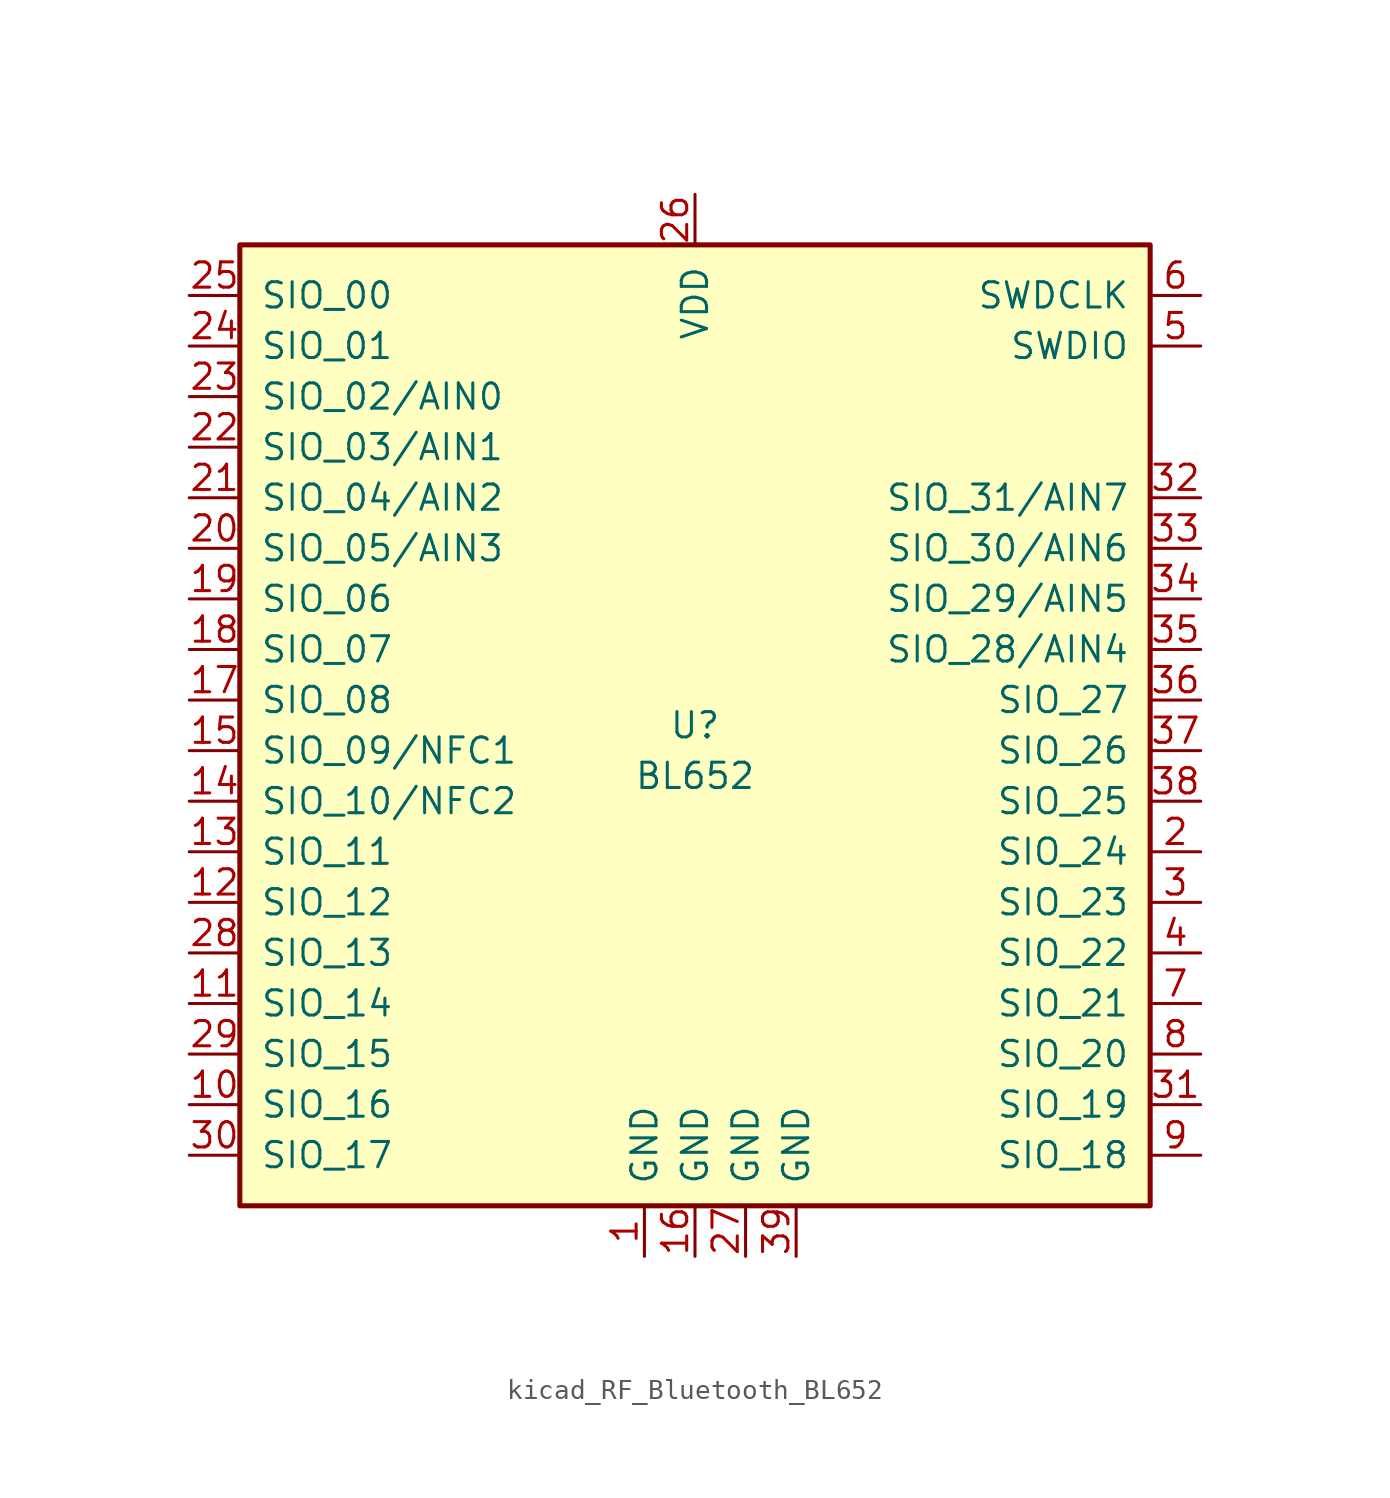
<source format=kicad_sym>
(kicad_symbol_lib
  (version 20220914)
  (generator kicad_symbol_editor)
  (symbol "kicad_RF_Bluetooth_BL652"
    (pin_names
      (offset 1.016))
    (property "Reference" "U"
      (at 0 1.27 0)
      (effects (font (size 1.27 1.27))))
    (property "Value" "BL652"
      (at 0 -1.27 0)
      (effects (font (size 1.27 1.27))))
    (symbol "kicad_RF_Bluetooth_BL652_0_1"
      (rectangle (start 22.86 25.4) (end -22.86 -22.86) (stroke (width 0.254) (type default)) (fill (type background))))
    (symbol "kicad_RF_Bluetooth_BL652_1_1"
      (pin power_in line (at -2.54 -25.4 90) (length 2.54) (name "GND" (effects (font (size 1.27 1.27)))) (number "1" (effects (font (size 1.27 1.27)))))
      (pin bidirectional line (at -25.4 -17.78 0) (length 2.54) (name "SIO_16" (effects (font (size 1.27 1.27)))) (number "10" (effects (font (size 1.27 1.27)))))
      (pin bidirectional line (at -25.4 -12.7 0) (length 2.54) (name "SIO_14" (effects (font (size 1.27 1.27)))) (number "11" (effects (font (size 1.27 1.27)))))
      (pin bidirectional line (at -25.4 -7.62 0) (length 2.54) (name "SIO_12" (effects (font (size 1.27 1.27)))) (number "12" (effects (font (size 1.27 1.27)))))
      (pin bidirectional line (at -25.4 -5.08 0) (length 2.54) (name "SIO_11" (effects (font (size 1.27 1.27)))) (number "13" (effects (font (size 1.27 1.27)))))
      (pin bidirectional line (at -25.4 -2.54 0) (length 2.54) (name "SIO_10/NFC2" (effects (font (size 1.27 1.27)))) (number "14" (effects (font (size 1.27 1.27)))))
      (pin bidirectional line (at -25.4 0 0) (length 2.54) (name "SIO_09/NFC1" (effects (font (size 1.27 1.27)))) (number "15" (effects (font (size 1.27 1.27)))))
      (pin power_in line (at 0 -25.4 90) (length 2.54) (name "GND" (effects (font (size 1.27 1.27)))) (number "16" (effects (font (size 1.27 1.27)))))
      (pin bidirectional line (at -25.4 2.54 0) (length 2.54) (name "SIO_08" (effects (font (size 1.27 1.27)))) (number "17" (effects (font (size 1.27 1.27)))))
      (pin bidirectional line (at -25.4 5.08 0) (length 2.54) (name "SIO_07" (effects (font (size 1.27 1.27)))) (number "18" (effects (font (size 1.27 1.27)))))
      (pin bidirectional line (at -25.4 7.62 0) (length 2.54) (name "SIO_06" (effects (font (size 1.27 1.27)))) (number "19" (effects (font (size 1.27 1.27)))))
      (pin bidirectional line (at 25.4 -5.08 180) (length 2.54) (name "SIO_24" (effects (font (size 1.27 1.27)))) (number "2" (effects (font (size 1.27 1.27)))))
      (pin bidirectional line (at -25.4 10.16 0) (length 2.54) (name "SIO_05/AIN3" (effects (font (size 1.27 1.27)))) (number "20" (effects (font (size 1.27 1.27)))))
      (pin bidirectional line (at -25.4 12.7 0) (length 2.54) (name "SIO_04/AIN2" (effects (font (size 1.27 1.27)))) (number "21" (effects (font (size 1.27 1.27)))))
      (pin bidirectional line (at -25.4 15.24 0) (length 2.54) (name "SIO_03/AIN1" (effects (font (size 1.27 1.27)))) (number "22" (effects (font (size 1.27 1.27)))))
      (pin bidirectional line (at -25.4 17.78 0) (length 2.54) (name "SIO_02/AIN0" (effects (font (size 1.27 1.27)))) (number "23" (effects (font (size 1.27 1.27)))))
      (pin bidirectional line (at -25.4 20.32 0) (length 2.54) (name "SIO_01" (effects (font (size 1.27 1.27)))) (number "24" (effects (font (size 1.27 1.27)))))
      (pin bidirectional line (at -25.4 22.86 0) (length 2.54) (name "SIO_00" (effects (font (size 1.27 1.27)))) (number "25" (effects (font (size 1.27 1.27)))))
      (pin power_in line (at 0 27.94 270) (length 2.54) (name "VDD" (effects (font (size 1.27 1.27)))) (number "26" (effects (font (size 1.27 1.27)))))
      (pin power_in line (at 2.54 -25.4 90) (length 2.54) (name "GND" (effects (font (size 1.27 1.27)))) (number "27" (effects (font (size 1.27 1.27)))))
      (pin bidirectional line (at -25.4 -10.16 0) (length 2.54) (name "SIO_13" (effects (font (size 1.27 1.27)))) (number "28" (effects (font (size 1.27 1.27)))))
      (pin bidirectional line (at -25.4 -15.24 0) (length 2.54) (name "SIO_15" (effects (font (size 1.27 1.27)))) (number "29" (effects (font (size 1.27 1.27)))))
      (pin bidirectional line (at 25.4 -7.62 180) (length 2.54) (name "SIO_23" (effects (font (size 1.27 1.27)))) (number "3" (effects (font (size 1.27 1.27)))))
      (pin bidirectional line (at -25.4 -20.32 0) (length 2.54) (name "SIO_17" (effects (font (size 1.27 1.27)))) (number "30" (effects (font (size 1.27 1.27)))))
      (pin bidirectional line (at 25.4 -17.78 180) (length 2.54) (name "SIO_19" (effects (font (size 1.27 1.27)))) (number "31" (effects (font (size 1.27 1.27)))))
      (pin bidirectional line (at 25.4 12.7 180) (length 2.54) (name "SIO_31/AIN7" (effects (font (size 1.27 1.27)))) (number "32" (effects (font (size 1.27 1.27)))))
      (pin bidirectional line (at 25.4 10.16 180) (length 2.54) (name "SIO_30/AIN6" (effects (font (size 1.27 1.27)))) (number "33" (effects (font (size 1.27 1.27)))))
      (pin bidirectional line (at 25.4 7.62 180) (length 2.54) (name "SIO_29/AIN5" (effects (font (size 1.27 1.27)))) (number "34" (effects (font (size 1.27 1.27)))))
      (pin bidirectional line (at 25.4 5.08 180) (length 2.54) (name "SIO_28/AIN4" (effects (font (size 1.27 1.27)))) (number "35" (effects (font (size 1.27 1.27)))))
      (pin bidirectional line (at 25.4 2.54 180) (length 2.54) (name "SIO_27" (effects (font (size 1.27 1.27)))) (number "36" (effects (font (size 1.27 1.27)))))
      (pin bidirectional line (at 25.4 0 180) (length 2.54) (name "SIO_26" (effects (font (size 1.27 1.27)))) (number "37" (effects (font (size 1.27 1.27)))))
      (pin bidirectional line (at 25.4 -2.54 180) (length 2.54) (name "SIO_25" (effects (font (size 1.27 1.27)))) (number "38" (effects (font (size 1.27 1.27)))))
      (pin power_in line (at 5.08 -25.4 90) (length 2.54) (name "GND" (effects (font (size 1.27 1.27)))) (number "39" (effects (font (size 1.27 1.27)))))
      (pin bidirectional line (at 25.4 -10.16 180) (length 2.54) (name "SIO_22" (effects (font (size 1.27 1.27)))) (number "4" (effects (font (size 1.27 1.27)))))
      (pin bidirectional line (at 25.4 20.32 180) (length 2.54) (name "SWDIO" (effects (font (size 1.27 1.27)))) (number "5" (effects (font (size 1.27 1.27)))))
      (pin bidirectional line (at 25.4 22.86 180) (length 2.54) (name "SWDCLK" (effects (font (size 1.27 1.27)))) (number "6" (effects (font (size 1.27 1.27)))))
      (pin bidirectional line (at 25.4 -12.7 180) (length 2.54) (name "SIO_21" (effects (font (size 1.27 1.27)))) (number "7" (effects (font (size 1.27 1.27)))))
      (pin bidirectional line (at 25.4 -15.24 180) (length 2.54) (name "SIO_20" (effects (font (size 1.27 1.27)))) (number "8" (effects (font (size 1.27 1.27)))))
      (pin bidirectional line (at 25.4 -20.32 180) (length 2.54) (name "SIO_18" (effects (font (size 1.27 1.27)))) (number "9" (effects (font (size 1.27 1.27))))))))
</source>
